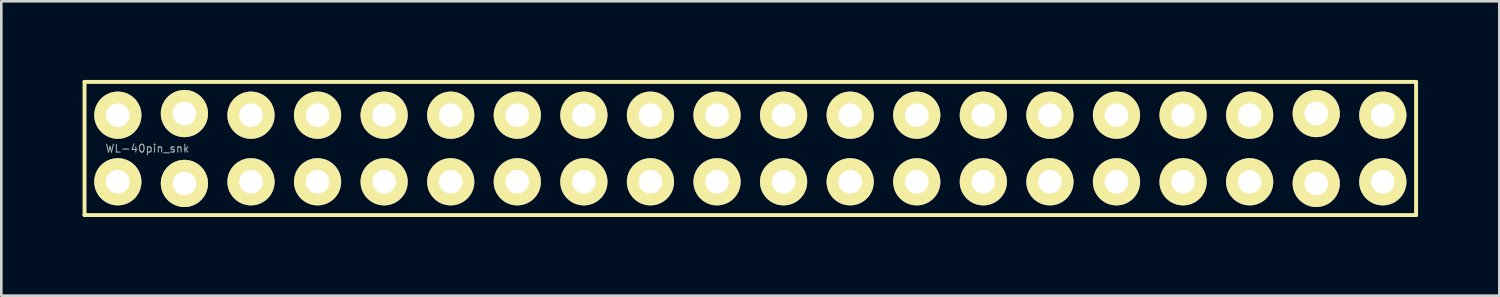
<source format=kicad_pcb>
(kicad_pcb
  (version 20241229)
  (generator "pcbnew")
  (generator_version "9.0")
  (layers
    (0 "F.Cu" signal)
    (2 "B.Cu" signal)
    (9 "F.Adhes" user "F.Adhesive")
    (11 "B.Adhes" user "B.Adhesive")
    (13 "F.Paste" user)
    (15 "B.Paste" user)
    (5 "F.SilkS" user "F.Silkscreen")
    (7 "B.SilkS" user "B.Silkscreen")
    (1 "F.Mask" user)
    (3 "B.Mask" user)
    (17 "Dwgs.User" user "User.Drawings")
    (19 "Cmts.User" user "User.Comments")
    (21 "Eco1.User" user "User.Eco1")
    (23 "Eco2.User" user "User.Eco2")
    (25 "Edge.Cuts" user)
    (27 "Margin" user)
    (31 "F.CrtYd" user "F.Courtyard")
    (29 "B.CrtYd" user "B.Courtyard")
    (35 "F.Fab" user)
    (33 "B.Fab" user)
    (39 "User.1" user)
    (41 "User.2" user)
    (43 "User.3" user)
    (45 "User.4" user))
  (footprint "WL-40pin_snk"
    (layer "F.Cu")
    (at 25.575 2.615)
    (property "Reference" "WL-40pin_snk" (at -23 0 0) (layer "F.Fab") (effects (font (size 0.3 0.3) (thickness 0.04))))
    (attr through_hole)
    (fp_line (start -25.4 -2.54) (end 25.4 -2.54) (stroke (width 0.15) (type solid)) (layer "F.SilkS"))
    (fp_line (start -25.4 2.54) (end -25.4 -2.54) (stroke (width 0.15) (type solid)) (layer "F.SilkS"))
    (fp_line (start 25.4 -2.54) (end 25.4 2.54) (stroke (width 0.15) (type solid)) (layer "F.SilkS"))
    (fp_line (start 25.4 2.54) (end -25.4 2.54) (stroke (width 0.15) (type solid)) (layer "F.SilkS"))
    (fp_line (start -25.5 -2.5) (end 25.5 -2.5) (stroke (width 0.15) (type solid)) (layer "Eco2.User"))
    (fp_line (start -25.5 2.5) (end -25.5 -2.5) (stroke (width 0.15) (type solid)) (layer "Eco2.User"))
    (fp_line (start 25.5 -2.5) (end 25.5 2.5) (stroke (width 0.15) (type solid)) (layer "Eco2.User"))
    (fp_line (start 25.5 2.5) (end -25.5 2.5) (stroke (width 0.15) (type solid)) (layer "Eco2.User"))
    (pad "1" thru_hole circle (at -24.13 1.27 90) (size 1.8 1.8) (drill 0.9) (layers "*.Cu" "*.Mask" "F.SilkS"))
    (pad "2" thru_hole circle (at -24.13 -1.27 90) (size 1.8 1.8) (drill 0.9) (layers "*.Cu" "*.Mask" "F.SilkS"))
    (pad "3" thru_hole circle (at -21.59 1.333 90) (size 1.8 1.8) (drill 0.9) (layers "*.Cu" "*.Mask" "F.SilkS"))
    (pad "4" thru_hole circle (at -21.59 -1.333 90) (size 1.8 1.8) (drill 0.9) (layers "*.Cu" "*.Mask" "F.SilkS"))
    (pad "5" thru_hole circle (at -19.05 1.27 90) (size 1.8 1.8) (drill 0.9) (layers "*.Cu" "*.Mask" "F.SilkS"))
    (pad "6" thru_hole circle (at -19.05 -1.27 90) (size 1.8 1.8) (drill 0.9) (layers "*.Cu" "*.Mask" "F.SilkS"))
    (pad "7" thru_hole circle (at -16.51 1.27 90) (size 1.8 1.8) (drill 0.9) (layers "*.Cu" "*.Mask" "F.SilkS"))
    (pad "8" thru_hole circle (at -16.51 -1.27 90) (size 1.8 1.8) (drill 0.9) (layers "*.Cu" "*.Mask" "F.SilkS"))
    (pad "9" thru_hole circle (at -13.97 1.27 90) (size 1.8 1.8) (drill 0.9) (layers "*.Cu" "*.Mask" "F.SilkS"))
    (pad "10" thru_hole circle (at -13.97 -1.27 90) (size 1.8 1.8) (drill 0.9) (layers "*.Cu" "*.Mask" "F.SilkS"))
    (pad "11" thru_hole circle (at -11.43 1.27 90) (size 1.8 1.8) (drill 0.9) (layers "*.Cu" "*.Mask" "F.SilkS"))
    (pad "12" thru_hole circle (at -11.43 -1.27 90) (size 1.8 1.8) (drill 0.9) (layers "*.Cu" "*.Mask" "F.SilkS"))
    (pad "13" thru_hole circle (at -8.89 1.27 90) (size 1.8 1.8) (drill 0.9) (layers "*.Cu" "*.Mask" "F.SilkS"))
    (pad "14" thru_hole circle (at -8.89 -1.27 90) (size 1.8 1.8) (drill 0.9) (layers "*.Cu" "*.Mask" "F.SilkS"))
    (pad "15" thru_hole circle (at -6.35 1.27 90) (size 1.8 1.8) (drill 0.9) (layers "*.Cu" "*.Mask" "F.SilkS"))
    (pad "16" thru_hole circle (at -6.35 -1.27 90) (size 1.8 1.8) (drill 0.9) (layers "*.Cu" "*.Mask" "F.SilkS"))
    (pad "17" thru_hole circle (at -3.81 1.27 90) (size 1.8 1.8) (drill 0.9) (layers "*.Cu" "*.Mask" "F.SilkS"))
    (pad "18" thru_hole circle (at -3.81 -1.27 90) (size 1.8 1.8) (drill 0.9) (layers "*.Cu" "*.Mask" "F.SilkS"))
    (pad "19" thru_hole circle (at -1.27 1.27 90) (size 1.8 1.8) (drill 0.9) (layers "*.Cu" "*.Mask" "F.SilkS"))
    (pad "20" thru_hole circle (at -1.27 -1.27 90) (size 1.8 1.8) (drill 0.9) (layers "*.Cu" "*.Mask" "F.SilkS"))
    (pad "21" thru_hole circle (at 1.27 1.27 90) (size 1.8 1.8) (drill 0.9) (layers "*.Cu" "*.Mask" "F.SilkS"))
    (pad "22" thru_hole circle (at 1.27 -1.27 90) (size 1.8 1.8) (drill 0.9) (layers "*.Cu" "*.Mask" "F.SilkS"))
    (pad "23" thru_hole circle (at 3.81 1.27 90) (size 1.8 1.8) (drill 0.9) (layers "*.Cu" "*.Mask" "F.SilkS"))
    (pad "24" thru_hole circle (at 3.81 -1.27 90) (size 1.8 1.8) (drill 0.9) (layers "*.Cu" "*.Mask" "F.SilkS"))
    (pad "25" thru_hole circle (at 6.35 1.27 90) (size 1.8 1.8) (drill 0.9) (layers "*.Cu" "*.Mask" "F.SilkS"))
    (pad "26" thru_hole circle (at 6.35 -1.27 90) (size 1.8 1.8) (drill 0.9) (layers "*.Cu" "*.Mask" "F.SilkS"))
    (pad "27" thru_hole circle (at 8.89 1.27 90) (size 1.8 1.8) (drill 0.9) (layers "*.Cu" "*.Mask" "F.SilkS"))
    (pad "28" thru_hole circle (at 8.89 -1.27 90) (size 1.8 1.8) (drill 0.9) (layers "*.Cu" "*.Mask" "F.SilkS"))
    (pad "29" thru_hole circle (at 11.43 1.27 90) (size 1.8 1.8) (drill 0.9) (layers "*.Cu" "*.Mask" "F.SilkS"))
    (pad "30" thru_hole circle (at 11.43 -1.27 90) (size 1.8 1.8) (drill 0.9) (layers "*.Cu" "*.Mask" "F.SilkS"))
    (pad "31" thru_hole circle (at 13.97 1.27 90) (size 1.8 1.8) (drill 0.9) (layers "*.Cu" "*.Mask" "F.SilkS"))
    (pad "32" thru_hole circle (at 13.97 -1.27 90) (size 1.8 1.8) (drill 0.9) (layers "*.Cu" "*.Mask" "F.SilkS"))
    (pad "33" thru_hole circle (at 16.51 1.27 90) (size 1.8 1.8) (drill 0.9) (layers "*.Cu" "*.Mask" "F.SilkS"))
    (pad "34" thru_hole circle (at 16.51 -1.27 90) (size 1.8 1.8) (drill 0.9) (layers "*.Cu" "*.Mask" "F.SilkS"))
    (pad "35" thru_hole circle (at 19.05 1.27 90) (size 1.8 1.8) (drill 0.9) (layers "*.Cu" "*.Mask" "F.SilkS"))
    (pad "36" thru_hole circle (at 19.05 -1.27 90) (size 1.8 1.8) (drill 0.9) (layers "*.Cu" "*.Mask" "F.SilkS"))
    (pad "37" thru_hole circle (at 21.59 1.333 90) (size 1.8 1.8) (drill 0.9) (layers "*.Cu" "*.Mask" "F.SilkS"))
    (pad "38" thru_hole circle (at 21.59 -1.333 90) (size 1.8 1.8) (drill 0.9) (layers "*.Cu" "*.Mask" "F.SilkS"))
    (pad "39" thru_hole circle (at 24.13 1.27 90) (size 1.8 1.8) (drill 0.9) (layers "*.Cu" "*.Mask" "F.SilkS"))
    (pad "40" thru_hole circle (at 24.13 -1.27 90) (size 1.8 1.8) (drill 0.9) (layers "*.Cu" "*.Mask" "F.SilkS")))
  (gr_rect
    (start -3 -3)
    (end 54.15 8.23)
    (stroke (width 0.1) (type default))
    (fill no)
    (layer "Edge.Cuts")))
</source>
